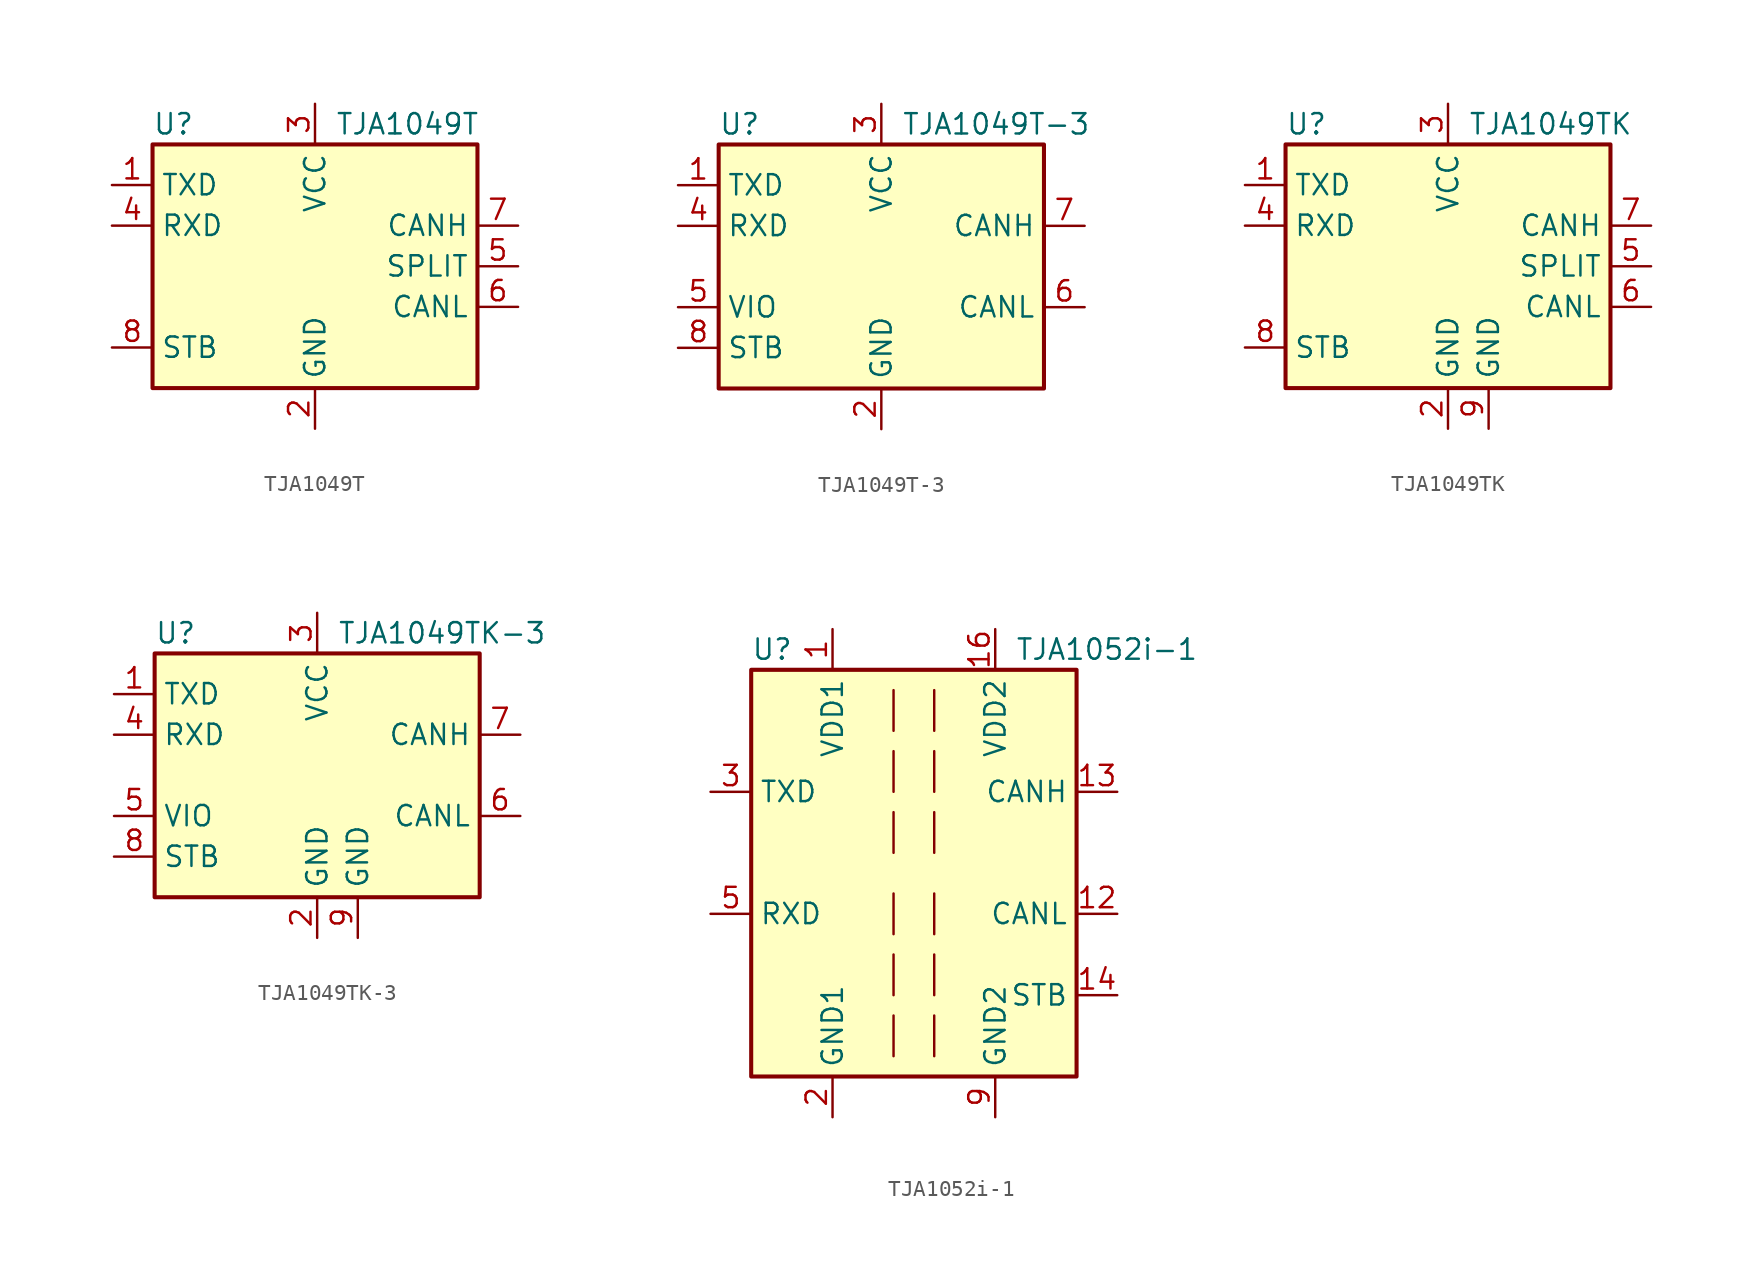
<source format=kicad_sym>
(kicad_symbol_lib
  (version 20201005)
  (generator kicad_symbol_editor)
  (symbol "TJA1049T"
    (property "Reference" "U"
      (at -10.16 8.89 0)
      (effects (font (size 1.27 1.27)) (justify left)))
    (property "Value" "TJA1049T"
      (at 1.27 8.89 0)
      (effects (font (size 1.27 1.27)) (justify left)))
    (symbol "TJA1049T_0_1"
      (rectangle (start -10.16 7.62) (end 10.16 -7.62) (stroke (width 0.254)) (fill (type background))))
    (symbol "TJA1049T_1_1"
      (pin input line (at -12.7 5.08 0) (length 2.54) (name "TXD" (effects (font (size 1.27 1.27)))) (number "1" (effects (font (size 1.27 1.27)))))
      (pin power_in line (at 0 -10.16 90) (length 2.54) (name "GND" (effects (font (size 1.27 1.27)))) (number "2" (effects (font (size 1.27 1.27)))))
      (pin power_in line (at 0 10.16 270) (length 2.54) (name "VCC" (effects (font (size 1.27 1.27)))) (number "3" (effects (font (size 1.27 1.27)))))
      (pin output line (at -12.7 2.54 0) (length 2.54) (name "RXD" (effects (font (size 1.27 1.27)))) (number "4" (effects (font (size 1.27 1.27)))))
      (pin power_out line (at 12.7 0 180) (length 2.54) (name "SPLIT" (effects (font (size 1.27 1.27)))) (number "5" (effects (font (size 1.27 1.27)))))
      (pin bidirectional line (at 12.7 -2.54 180) (length 2.54) (name "CANL" (effects (font (size 1.27 1.27)))) (number "6" (effects (font (size 1.27 1.27)))))
      (pin bidirectional line (at 12.7 2.54 180) (length 2.54) (name "CANH" (effects (font (size 1.27 1.27)))) (number "7" (effects (font (size 1.27 1.27)))))
      (pin input line (at -12.7 -5.08 0) (length 2.54) (name "STB" (effects (font (size 1.27 1.27)))) (number "8" (effects (font (size 1.27 1.27)))))))
  (symbol "TJA1049T-3"
    (property "Reference" "U"
      (at -10.16 8.89 0)
      (effects (font (size 1.27 1.27)) (justify left)))
    (property "Value" "TJA1049T-3"
      (at 1.27 8.89 0)
      (effects (font (size 1.27 1.27)) (justify left)))
    (symbol "TJA1049T-3_0_1"
      (rectangle (start -10.16 7.62) (end 10.16 -7.62) (stroke (width 0.254)) (fill (type background))))
    (symbol "TJA1049T-3_1_1"
      (pin input line (at -12.7 5.08 0) (length 2.54) (name "TXD" (effects (font (size 1.27 1.27)))) (number "1" (effects (font (size 1.27 1.27)))))
      (pin power_in line (at 0 -10.16 90) (length 2.54) (name "GND" (effects (font (size 1.27 1.27)))) (number "2" (effects (font (size 1.27 1.27)))))
      (pin power_in line (at 0 10.16 270) (length 2.54) (name "VCC" (effects (font (size 1.27 1.27)))) (number "3" (effects (font (size 1.27 1.27)))))
      (pin output line (at -12.7 2.54 0) (length 2.54) (name "RXD" (effects (font (size 1.27 1.27)))) (number "4" (effects (font (size 1.27 1.27)))))
      (pin power_in line (at -12.7 -2.54 0) (length 2.54) (name "VIO" (effects (font (size 1.27 1.27)))) (number "5" (effects (font (size 1.27 1.27)))))
      (pin bidirectional line (at 12.7 -2.54 180) (length 2.54) (name "CANL" (effects (font (size 1.27 1.27)))) (number "6" (effects (font (size 1.27 1.27)))))
      (pin bidirectional line (at 12.7 2.54 180) (length 2.54) (name "CANH" (effects (font (size 1.27 1.27)))) (number "7" (effects (font (size 1.27 1.27)))))
      (pin input line (at -12.7 -5.08 0) (length 2.54) (name "STB" (effects (font (size 1.27 1.27)))) (number "8" (effects (font (size 1.27 1.27)))))))
  (symbol "TJA1049TK"
    (property "Reference" "U"
      (at -10.16 8.89 0)
      (effects (font (size 1.27 1.27)) (justify left)))
    (property "Value" "TJA1049TK"
      (at 1.27 8.89 0)
      (effects (font (size 1.27 1.27)) (justify left)))
    (symbol "TJA1049TK_0_1"
      (rectangle (start -10.16 7.62) (end 10.16 -7.62) (stroke (width 0.254)) (fill (type background))))
    (symbol "TJA1049TK_1_1"
      (pin input line (at -12.7 5.08 0) (length 2.54) (name "TXD" (effects (font (size 1.27 1.27)))) (number "1" (effects (font (size 1.27 1.27)))))
      (pin power_in line (at 0 -10.16 90) (length 2.54) (name "GND" (effects (font (size 1.27 1.27)))) (number "2" (effects (font (size 1.27 1.27)))))
      (pin power_in line (at 0 10.16 270) (length 2.54) (name "VCC" (effects (font (size 1.27 1.27)))) (number "3" (effects (font (size 1.27 1.27)))))
      (pin output line (at -12.7 2.54 0) (length 2.54) (name "RXD" (effects (font (size 1.27 1.27)))) (number "4" (effects (font (size 1.27 1.27)))))
      (pin power_out line (at 12.7 0 180) (length 2.54) (name "SPLIT" (effects (font (size 1.27 1.27)))) (number "5" (effects (font (size 1.27 1.27)))))
      (pin bidirectional line (at 12.7 -2.54 180) (length 2.54) (name "CANL" (effects (font (size 1.27 1.27)))) (number "6" (effects (font (size 1.27 1.27)))))
      (pin bidirectional line (at 12.7 2.54 180) (length 2.54) (name "CANH" (effects (font (size 1.27 1.27)))) (number "7" (effects (font (size 1.27 1.27)))))
      (pin input line (at -12.7 -5.08 0) (length 2.54) (name "STB" (effects (font (size 1.27 1.27)))) (number "8" (effects (font (size 1.27 1.27)))))
      (pin power_in line (at 2.54 -10.16 90) (length 2.54) (name "GND" (effects (font (size 1.27 1.27)))) (number "9" (effects (font (size 1.27 1.27)))))))
  (symbol "TJA1049TK-3"
    (property "Reference" "U"
      (at -10.16 8.89 0)
      (effects (font (size 1.27 1.27)) (justify left)))
    (property "Value" "TJA1049TK-3"
      (at 1.27 8.89 0)
      (effects (font (size 1.27 1.27)) (justify left)))
    (symbol "TJA1049TK-3_0_1"
      (rectangle (start -10.16 7.62) (end 10.16 -7.62) (stroke (width 0.254)) (fill (type background))))
    (symbol "TJA1049TK-3_1_1"
      (pin input line (at -12.7 5.08 0) (length 2.54) (name "TXD" (effects (font (size 1.27 1.27)))) (number "1" (effects (font (size 1.27 1.27)))))
      (pin power_in line (at 0 -10.16 90) (length 2.54) (name "GND" (effects (font (size 1.27 1.27)))) (number "2" (effects (font (size 1.27 1.27)))))
      (pin power_in line (at 0 10.16 270) (length 2.54) (name "VCC" (effects (font (size 1.27 1.27)))) (number "3" (effects (font (size 1.27 1.27)))))
      (pin output line (at -12.7 2.54 0) (length 2.54) (name "RXD" (effects (font (size 1.27 1.27)))) (number "4" (effects (font (size 1.27 1.27)))))
      (pin power_in line (at -12.7 -2.54 0) (length 2.54) (name "VIO" (effects (font (size 1.27 1.27)))) (number "5" (effects (font (size 1.27 1.27)))))
      (pin bidirectional line (at 12.7 -2.54 180) (length 2.54) (name "CANL" (effects (font (size 1.27 1.27)))) (number "6" (effects (font (size 1.27 1.27)))))
      (pin bidirectional line (at 12.7 2.54 180) (length 2.54) (name "CANH" (effects (font (size 1.27 1.27)))) (number "7" (effects (font (size 1.27 1.27)))))
      (pin input line (at -12.7 -5.08 0) (length 2.54) (name "STB" (effects (font (size 1.27 1.27)))) (number "8" (effects (font (size 1.27 1.27)))))
      (pin power_in line (at 2.54 -10.16 90) (length 2.54) (name "GND" (effects (font (size 1.27 1.27)))) (number "9" (effects (font (size 1.27 1.27)))))))
  (symbol "TJA1052i-1"
    (property "Reference" "U"
      (at -10.16 13.97 0)
      (effects (font (size 1.27 1.27)) (justify left)))
    (property "Value" "TJA1052i-1"
      (at 17.78 13.97 0)
      (effects (font (size 1.27 1.27)) (justify right)))
    (symbol "TJA1052i-1_0_1"
      (rectangle (start -10.16 12.7) (end 10.16 -12.7) (stroke (width 0.254)) (fill (type background)))
      (polyline (pts (xy -1.27 -11.43) (xy -1.27 -8.89)) (stroke (width 0)) (fill (type none)))
      (polyline (pts (xy -1.27 3.81) (xy -1.27 1.27)) (stroke (width 0)) (fill (type none)))
      (polyline (pts (xy -1.27 7.62) (xy -1.27 5.08)) (stroke (width 0)) (fill (type none)))
      (polyline (pts (xy -1.27 11.43) (xy -1.27 8.89)) (stroke (width 0)) (fill (type none)))
      (polyline (pts (xy 1.27 -11.43) (xy 1.27 -8.89)) (stroke (width 0)) (fill (type none)))
      (polyline (pts (xy 1.27 -7.62) (xy 1.27 -5.08)) (stroke (width 0)) (fill (type none)))
      (polyline (pts (xy 1.27 -3.81) (xy 1.27 -1.27)) (stroke (width 0)) (fill (type none)))
      (polyline (pts (xy 1.27 1.27) (xy 1.27 3.81)) (stroke (width 0)) (fill (type none)))
      (polyline (pts (xy 1.27 5.08) (xy 1.27 7.62)) (stroke (width 0)) (fill (type none)))
      (polyline (pts (xy 1.27 8.89) (xy 1.27 11.43)) (stroke (width 0)) (fill (type none)))
      (polyline (pts (xy -1.27 -7.62) (xy -1.27 -6.35) (xy -1.27 -5.08)) (stroke (width 0)) (fill (type none)))
      (polyline (pts (xy -1.27 -3.81) (xy -1.27 -2.54) (xy -1.27 -1.27)) (stroke (width 0)) (fill (type none))))
    (symbol "TJA1052i-1_1_1"
      (pin power_in line (at -5.08 15.24 270) (length 2.54) (name "VDD1" (effects (font (size 1.27 1.27)))) (number "1" (effects (font (size 1.27 1.27)))))
      (pin passive line (at 5.08 -15.24 90) (length 2.54) hide (name "GND2" (effects (font (size 1.27 1.27)))) (number "10" (effects (font (size 1.27 1.27)))))
      (pin passive line (at 5.08 15.24 270) (length 2.54) hide (name "VDD2" (effects (font (size 1.27 1.27)))) (number "11" (effects (font (size 1.27 1.27)))))
      (pin bidirectional line (at 12.7 -2.54 180) (length 2.54) (name "CANL" (effects (font (size 1.27 1.27)))) (number "12" (effects (font (size 1.27 1.27)))))
      (pin bidirectional line (at 12.7 5.08 180) (length 2.54) (name "CANH" (effects (font (size 1.27 1.27)))) (number "13" (effects (font (size 1.27 1.27)))))
      (pin input line (at 12.7 -7.62 180) (length 2.54) (name "STB" (effects (font (size 1.27 1.27)))) (number "14" (effects (font (size 1.27 1.27)))))
      (pin passive line (at 5.08 -15.24 90) (length 2.54) hide (name "GND2" (effects (font (size 1.27 1.27)))) (number "15" (effects (font (size 1.27 1.27)))))
      (pin power_in line (at 5.08 15.24 270) (length 2.54) (name "VDD2" (effects (font (size 1.27 1.27)))) (number "16" (effects (font (size 1.27 1.27)))))
      (pin power_in line (at -5.08 -15.24 90) (length 2.54) (name "GND1" (effects (font (size 1.27 1.27)))) (number "2" (effects (font (size 1.27 1.27)))))
      (pin input line (at -12.7 5.08 0) (length 2.54) (name "TXD" (effects (font (size 1.27 1.27)))) (number "3" (effects (font (size 1.27 1.27)))))
      (pin no_connect line (at -10.16 -7.62 0) (length 2.54) hide (name "NC" (effects (font (size 1.27 1.27)))) (number "4" (effects (font (size 1.27 1.27)))))
      (pin output line (at -12.7 -2.54 0) (length 2.54) (name "RXD" (effects (font (size 1.27 1.27)))) (number "5" (effects (font (size 1.27 1.27)))))
      (pin no_connect line (at -10.16 -10.16 0) (length 2.54) hide (name "NC" (effects (font (size 1.27 1.27)))) (number "6" (effects (font (size 1.27 1.27)))))
      (pin passive line (at -5.08 -15.24 90) (length 2.54) hide (name "GND1" (effects (font (size 1.27 1.27)))) (number "7" (effects (font (size 1.27 1.27)))))
      (pin passive line (at -5.08 -15.24 90) (length 2.54) hide (name "GND1" (effects (font (size 1.27 1.27)))) (number "8" (effects (font (size 1.27 1.27)))))
      (pin power_in line (at 5.08 -15.24 90) (length 2.54) (name "GND2" (effects (font (size 1.27 1.27)))) (number "9" (effects (font (size 1.27 1.27))))))))
</source>
